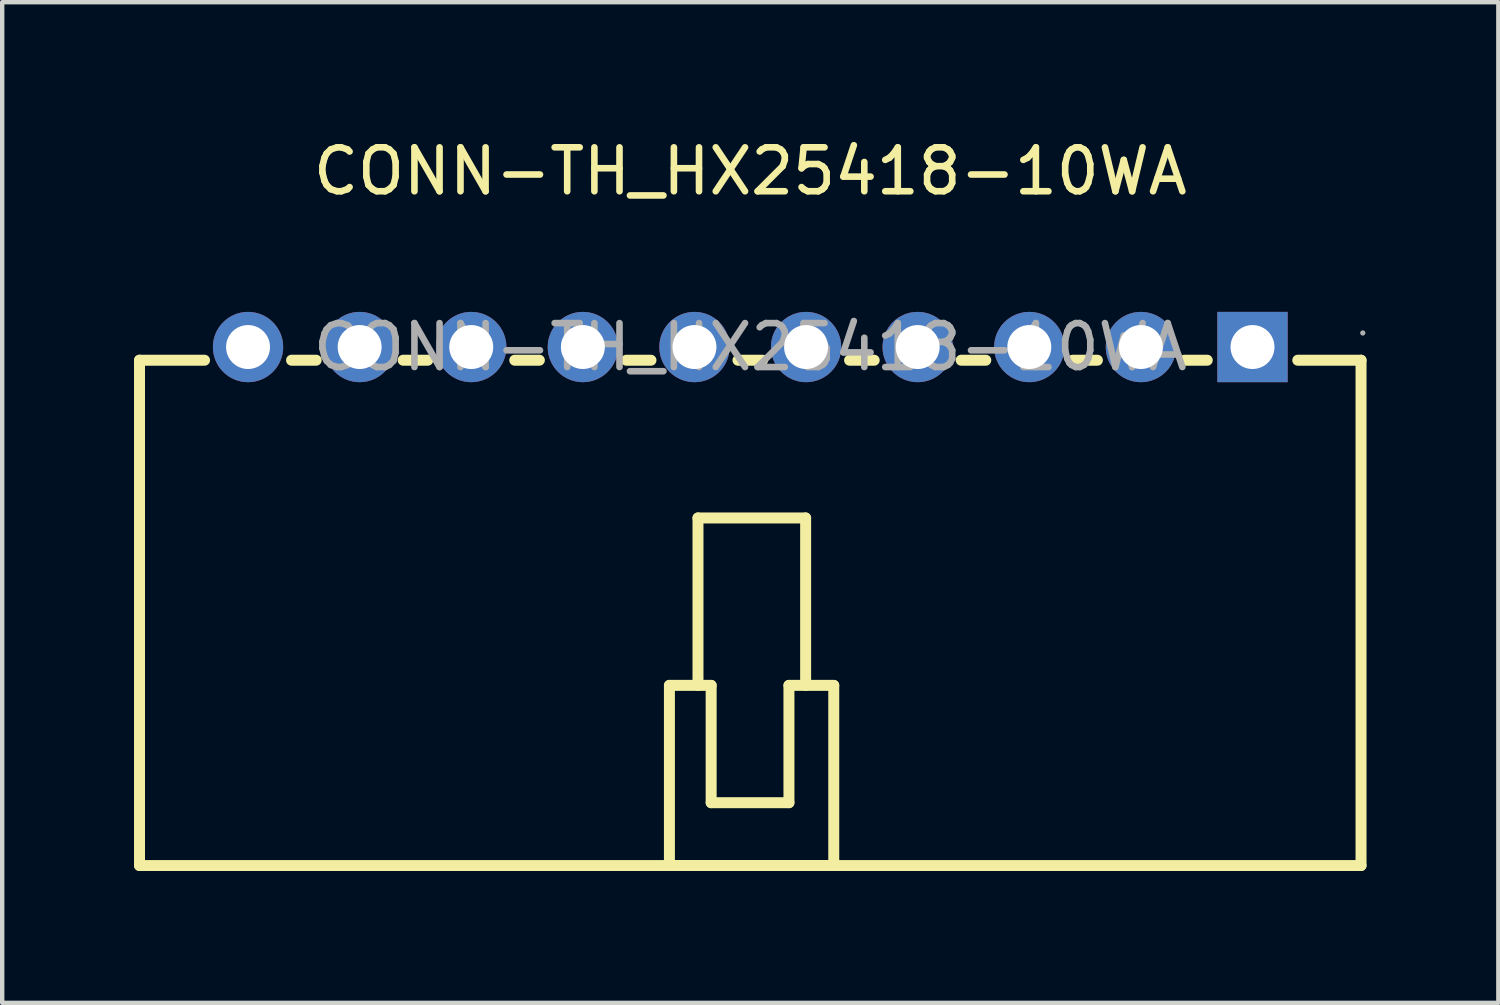
<source format=kicad_pcb>
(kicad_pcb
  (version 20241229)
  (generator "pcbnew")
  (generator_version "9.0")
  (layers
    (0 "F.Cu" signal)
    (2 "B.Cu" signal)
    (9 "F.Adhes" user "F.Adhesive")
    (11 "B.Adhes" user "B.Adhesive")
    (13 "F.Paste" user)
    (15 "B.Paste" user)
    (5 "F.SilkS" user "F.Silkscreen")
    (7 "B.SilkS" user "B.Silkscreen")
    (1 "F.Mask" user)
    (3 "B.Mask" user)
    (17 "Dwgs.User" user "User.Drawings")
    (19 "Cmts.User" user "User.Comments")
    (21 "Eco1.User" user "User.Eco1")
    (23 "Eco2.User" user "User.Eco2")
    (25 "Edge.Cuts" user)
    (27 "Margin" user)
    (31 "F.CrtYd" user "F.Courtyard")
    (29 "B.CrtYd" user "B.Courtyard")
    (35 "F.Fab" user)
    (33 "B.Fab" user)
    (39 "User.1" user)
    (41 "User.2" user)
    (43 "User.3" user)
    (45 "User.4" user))
  (footprint "CONN-TH_HX25418-10WA"
    (layer "F.Cu")
    (at 14.025 4.848)
    (property "Reference" "CONN-TH_HX25418-10WA" (at 0 -4 0) (layer "F.SilkS") (effects (font (size 1 1) (thickness 0.15))))
    (attr through_hole)
    (fp_line (start -13.9 0.3) (end -13.9 11.8) (stroke (width 0.25) (type solid)) (layer "F.SilkS"))
    (fp_line (start -13.9 11.8) (end 13.9 11.8) (stroke (width 0.25) (type solid)) (layer "F.SilkS"))
    (fp_line (start -12.42 0.3) (end -13.9 0.3) (stroke (width 0.25) (type solid)) (layer "F.SilkS"))
    (fp_line (start -9.88 0.3) (end -10.44 0.3) (stroke (width 0.25) (type solid)) (layer "F.SilkS"))
    (fp_line (start -7.34 0.3) (end -7.9 0.3) (stroke (width 0.25) (type solid)) (layer "F.SilkS"))
    (fp_line (start -4.8 0.3) (end -5.36 0.3) (stroke (width 0.25) (type solid)) (layer "F.SilkS"))
    (fp_line (start -2.26 0.3) (end -2.82 0.3) (stroke (width 0.25) (type solid)) (layer "F.SilkS"))
    (fp_line (start -1.84 7.7) (end -0.89 7.7) (stroke (width 0.25) (type solid)) (layer "F.SilkS"))
    (fp_line (start -1.84 11.8) (end -1.84 7.7) (stroke (width 0.25) (type solid)) (layer "F.SilkS"))
    (fp_line (start -1.19 3.89) (end 1.26 3.89) (stroke (width 0.25) (type solid)) (layer "F.SilkS"))
    (fp_line (start -1.19 7.7) (end -1.19 3.89) (stroke (width 0.25) (type solid)) (layer "F.SilkS"))
    (fp_line (start -0.89 7.7) (end -0.89 10.37) (stroke (width 0.25) (type solid)) (layer "F.SilkS"))
    (fp_line (start -0.89 10.37) (end 0.88 10.37) (stroke (width 0.25) (type solid)) (layer "F.SilkS"))
    (fp_line (start 0.28 0.3) (end -0.28 0.3) (stroke (width 0.25) (type solid)) (layer "F.SilkS"))
    (fp_line (start 0.88 7.7) (end 1.9 7.7) (stroke (width 0.25) (type solid)) (layer "F.SilkS"))
    (fp_line (start 0.88 10.37) (end 0.88 7.7) (stroke (width 0.25) (type solid)) (layer "F.SilkS"))
    (fp_line (start 1.26 3.89) (end 1.26 7.7) (stroke (width 0.25) (type solid)) (layer "F.SilkS"))
    (fp_line (start 1.9 7.7) (end 1.9 11.8) (stroke (width 0.25) (type solid)) (layer "F.SilkS"))
    (fp_line (start 1.9 11.8) (end -1.84 11.8) (stroke (width 0.25) (type solid)) (layer "F.SilkS"))
    (fp_line (start 2.82 0.3) (end 2.26 0.3) (stroke (width 0.25) (type solid)) (layer "F.SilkS"))
    (fp_line (start 5.36 0.3) (end 4.8 0.3) (stroke (width 0.25) (type solid)) (layer "F.SilkS"))
    (fp_line (start 7.9 0.3) (end 7.34 0.3) (stroke (width 0.25) (type solid)) (layer "F.SilkS"))
    (fp_line (start 10.4 0.3) (end 9.88 0.3) (stroke (width 0.25) (type solid)) (layer "F.SilkS"))
    (fp_line (start 13.9 0.3) (end 12.46 0.3) (stroke (width 0.25) (type solid)) (layer "F.SilkS"))
    (fp_line (start 13.9 11.8) (end 13.9 0.3) (stroke (width 0.25) (type solid)) (layer "F.SilkS"))
    (fp_circle (center 13.94 -0.32) (end 13.97 -0.32) (stroke (width 0.06) (type solid)) (fill no) (layer "F.Fab"))
    (fp_text user "${REFERENCE}" (at 0 0 0) (layer "F.Fab") (effects (font (size 1 1) (thickness 0.15))))
    (pad "1" thru_hole rect (at 11.43 0) (size 1.6 1.6) (drill 1) (layers "*.Cu" "*.Mask"))
    (pad "2" thru_hole circle (at 8.89 0) (size 1.6 1.6) (drill 1) (layers "*.Cu" "*.Mask"))
    (pad "3" thru_hole circle (at 6.35 0) (size 1.6 1.6) (drill 1) (layers "*.Cu" "*.Mask"))
    (pad "4" thru_hole circle (at 3.81 0) (size 1.6 1.6) (drill 1) (layers "*.Cu" "*.Mask"))
    (pad "5" thru_hole circle (at 1.27 0) (size 1.6 1.6) (drill 1) (layers "*.Cu" "*.Mask"))
    (pad "6" thru_hole circle (at -1.27 0) (size 1.6 1.6) (drill 1) (layers "*.Cu" "*.Mask"))
    (pad "7" thru_hole circle (at -3.81 0) (size 1.6 1.6) (drill 1) (layers "*.Cu" "*.Mask"))
    (pad "8" thru_hole circle (at -6.35 0) (size 1.6 1.6) (drill 1) (layers "*.Cu" "*.Mask"))
    (pad "9" thru_hole circle (at -8.89 0) (size 1.6 1.6) (drill 1) (layers "*.Cu" "*.Mask"))
    (pad "10" thru_hole circle (at -11.43 0) (size 1.6 1.6) (drill 1) (layers "*.Cu" "*.Mask")))
  (gr_rect
    (start -3 -3)
    (end 31.05 19.773)
    (stroke (width 0.1) (type default))
    (fill no)
    (layer "Edge.Cuts")))
</source>
